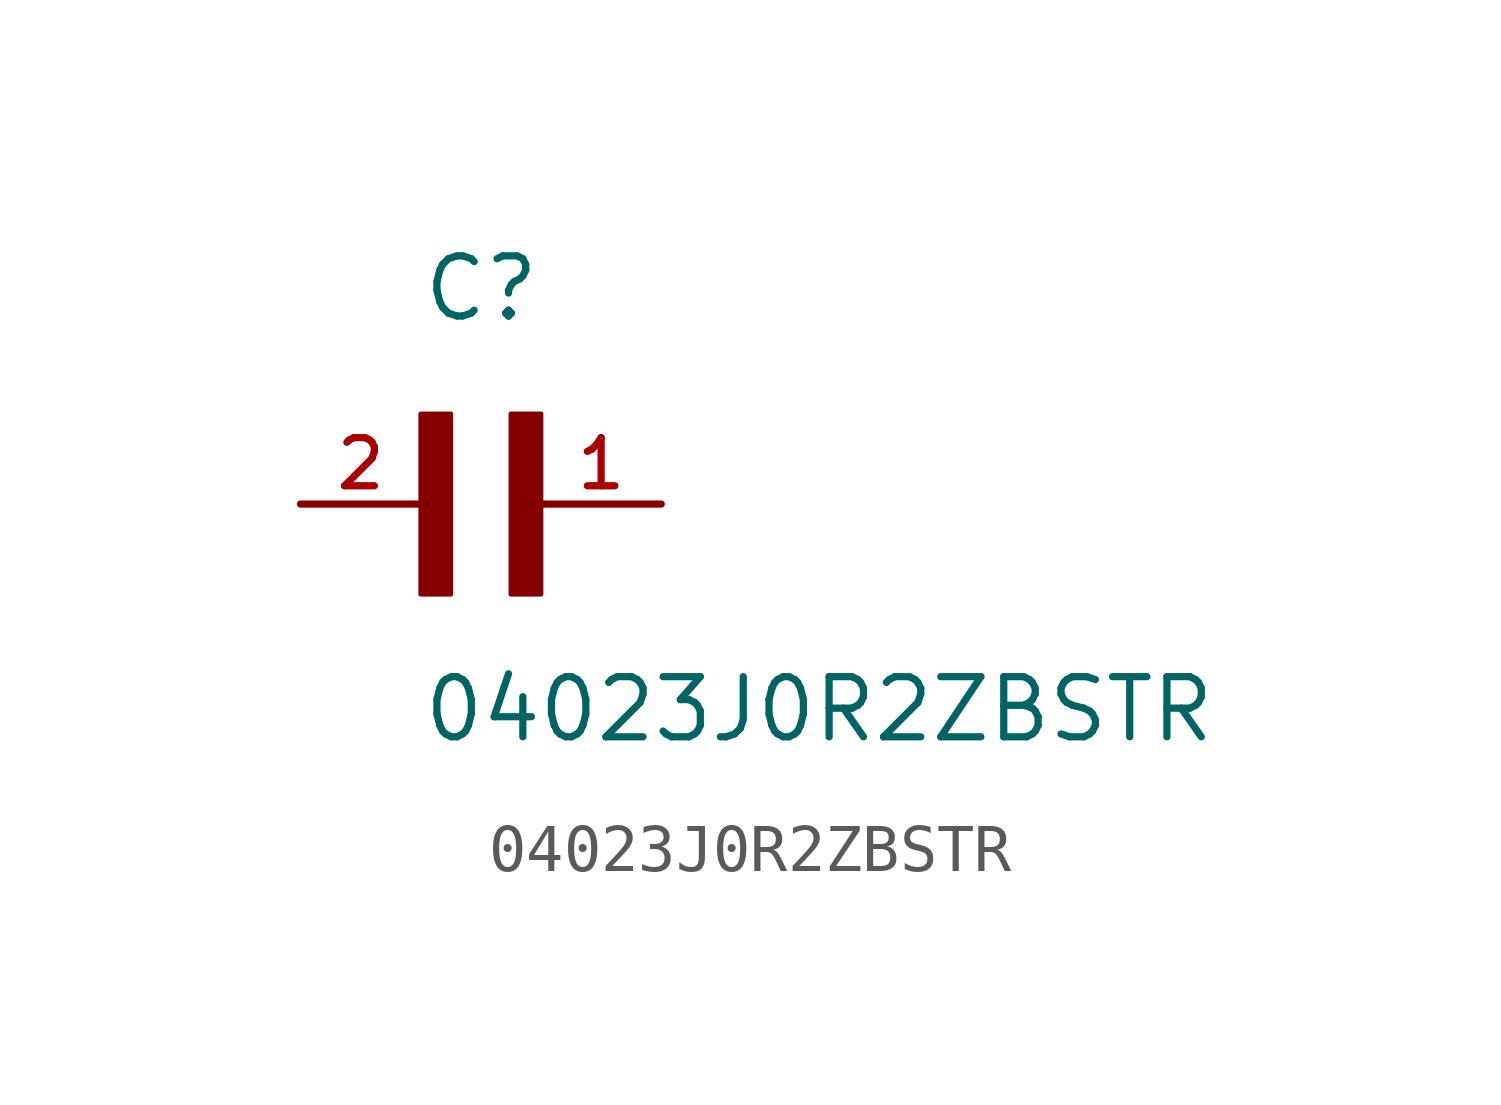
<source format=kicad_sym>
(kicad_symbol_lib
  (version 20211014)
  (generator kicad_symbol_editor)
  (symbol "04023J0R2ZBSTR"
    (pin_names
      (offset 1.016))
    (property "Reference" "C"
      (at 0.0 3.81 0)
      (effects (font (size 1.27 1.27)) (justify bottom left)))
    (property "Value" "04023J0R2ZBSTR"
      (at 0.0 -5.08 0)
      (effects (font (size 1.27 1.27)) (justify bottom left)))
    (symbol "04023J0R2ZBSTR_0_0"
      (rectangle (start 0.0 -1.905) (end 0.635 1.905) (stroke (width 0.1)) (fill (type outline)))
      (rectangle (start 1.905 -1.905) (end 2.54 1.905) (stroke (width 0.1)) (fill (type outline)))
      (pin passive line (at 5.08 0.0 180.0) (length 2.54) (name "~" (effects (font (size 1.016 1.016)))) (number "1" (effects (font (size 1.016 1.016)))))
      (pin passive line (at -2.54 0.0 0) (length 2.54) (name "~" (effects (font (size 1.016 1.016)))) (number "2" (effects (font (size 1.016 1.016))))))))
</source>
